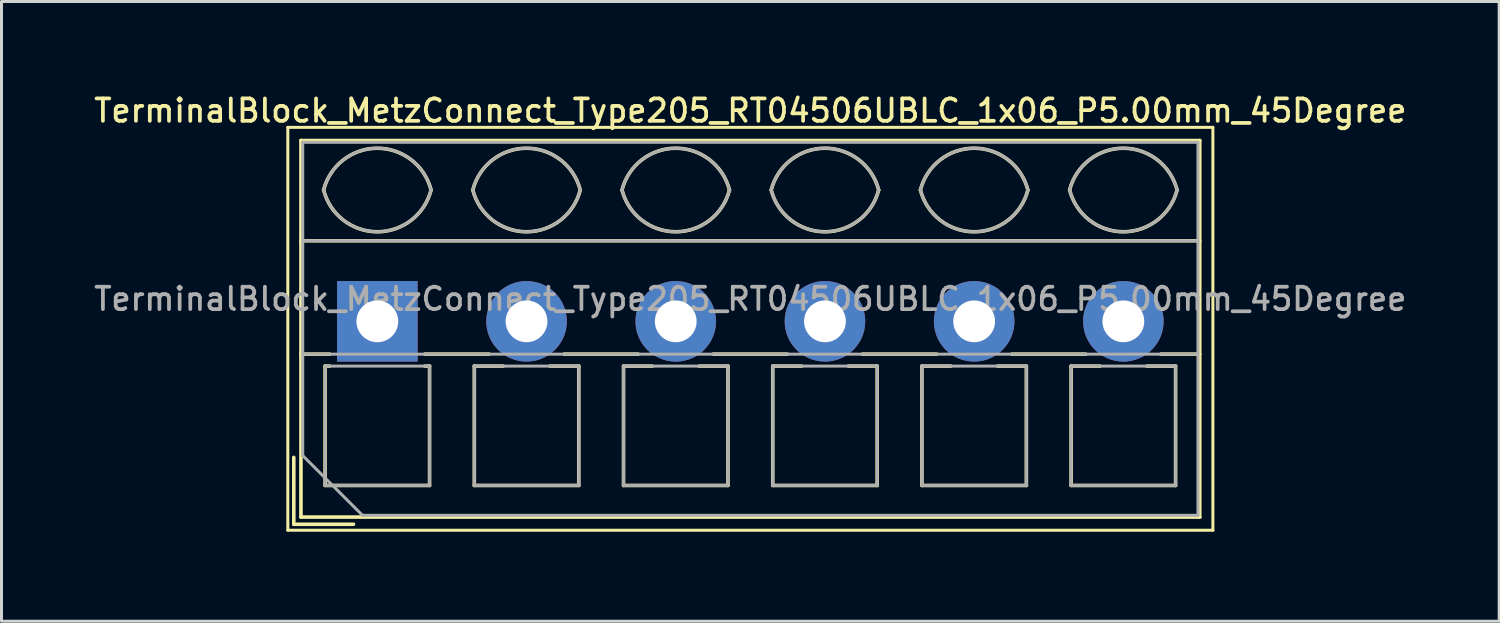
<source format=kicad_pcb>
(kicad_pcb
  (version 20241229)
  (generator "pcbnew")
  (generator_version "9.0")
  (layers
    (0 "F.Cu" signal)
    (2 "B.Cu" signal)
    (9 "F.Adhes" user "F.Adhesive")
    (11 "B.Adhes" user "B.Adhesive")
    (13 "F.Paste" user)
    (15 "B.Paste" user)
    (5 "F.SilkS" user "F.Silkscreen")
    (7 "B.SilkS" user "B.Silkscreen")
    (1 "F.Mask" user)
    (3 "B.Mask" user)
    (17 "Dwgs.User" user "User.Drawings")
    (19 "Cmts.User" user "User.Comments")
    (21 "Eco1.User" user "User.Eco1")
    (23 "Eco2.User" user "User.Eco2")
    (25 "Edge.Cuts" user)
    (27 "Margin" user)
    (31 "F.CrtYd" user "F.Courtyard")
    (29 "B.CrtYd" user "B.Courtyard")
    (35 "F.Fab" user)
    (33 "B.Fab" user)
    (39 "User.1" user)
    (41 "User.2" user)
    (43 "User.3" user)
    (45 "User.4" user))
  (footprint "TerminalBlock_MetzConnect_Type205_RT04506UBLC_1x06_P5.00mm_45Degree"
    (layer "F.Cu")
    (at 9.595 7.718)
    (property "Reference" "TerminalBlock_MetzConnect_Type205_RT04506UBLC_1x06_P5.00mm_45Degree" (at 12.5 -7.06 0) (layer "F.SilkS") (effects (font (size 0.75 0.75) (thickness 0.125))))
    (attr through_hole)
    (fp_line (start -3 -6.5) (end -3 7) (stroke (width 0.1) (type solid)) (layer "F.SilkS"))
    (fp_line (start -3 7) (end 28 7) (stroke (width 0.1) (type solid)) (layer "F.SilkS"))
    (fp_line (start -2.8 4.56) (end -2.8 6.8) (stroke (width 0.12) (type solid)) (layer "F.SilkS"))
    (fp_line (start -2.8 6.8) (end -0.8 6.8) (stroke (width 0.12) (type solid)) (layer "F.SilkS"))
    (fp_line (start -2.56 -6.06) (end -2.56 6.56) (stroke (width 0.12) (type solid)) (layer "F.SilkS"))
    (fp_line (start -2.56 -6.06) (end 27.56 -6.06) (stroke (width 0.12) (type solid)) (layer "F.SilkS"))
    (fp_line (start -2.56 -2.7) (end 27.56 -2.7) (stroke (width 0.12) (type solid)) (layer "F.SilkS"))
    (fp_line (start -2.56 1.1) (end -1.59 1.1) (stroke (width 0.12) (type solid)) (layer "F.SilkS"))
    (fp_line (start -2.56 6.56) (end 27.56 6.56) (stroke (width 0.12) (type solid)) (layer "F.SilkS"))
    (fp_line (start -1.75 1.5) (end -1.75 5.5) (stroke (width 0.12) (type solid)) (layer "F.SilkS"))
    (fp_line (start -1.75 1.5) (end -1.59 1.5) (stroke (width 0.12) (type solid)) (layer "F.SilkS"))
    (fp_line (start -1.75 5.5) (end 1.75 5.5) (stroke (width 0.12) (type solid)) (layer "F.SilkS"))
    (fp_line (start 1.59 1.1) (end 3.744 1.1) (stroke (width 0.12) (type solid)) (layer "F.SilkS"))
    (fp_line (start 1.59 1.5) (end 1.75 1.5) (stroke (width 0.12) (type solid)) (layer "F.SilkS"))
    (fp_line (start 1.75 1.5) (end 1.75 5.5) (stroke (width 0.12) (type solid)) (layer "F.SilkS"))
    (fp_line (start 3.25 1.5) (end 3.25 5.5) (stroke (width 0.12) (type solid)) (layer "F.SilkS"))
    (fp_line (start 3.25 1.5) (end 4.216 1.5) (stroke (width 0.12) (type solid)) (layer "F.SilkS"))
    (fp_line (start 3.25 5.5) (end 6.75 5.5) (stroke (width 0.12) (type solid)) (layer "F.SilkS"))
    (fp_line (start 5.785 1.5) (end 6.75 1.5) (stroke (width 0.12) (type solid)) (layer "F.SilkS"))
    (fp_line (start 6.257 1.1) (end 8.744 1.1) (stroke (width 0.12) (type solid)) (layer "F.SilkS"))
    (fp_line (start 6.75 1.5) (end 6.75 5.5) (stroke (width 0.12) (type solid)) (layer "F.SilkS"))
    (fp_line (start 8.25 1.5) (end 8.25 5.5) (stroke (width 0.12) (type solid)) (layer "F.SilkS"))
    (fp_line (start 8.25 1.5) (end 9.216 1.5) (stroke (width 0.12) (type solid)) (layer "F.SilkS"))
    (fp_line (start 8.25 5.5) (end 11.75 5.5) (stroke (width 0.12) (type solid)) (layer "F.SilkS"))
    (fp_line (start 10.785 1.5) (end 11.75 1.5) (stroke (width 0.12) (type solid)) (layer "F.SilkS"))
    (fp_line (start 11.257 1.1) (end 13.744 1.1) (stroke (width 0.12) (type solid)) (layer "F.SilkS"))
    (fp_line (start 11.75 1.5) (end 11.75 5.5) (stroke (width 0.12) (type solid)) (layer "F.SilkS"))
    (fp_line (start 13.25 1.5) (end 13.25 5.5) (stroke (width 0.12) (type solid)) (layer "F.SilkS"))
    (fp_line (start 13.25 1.5) (end 14.216 1.5) (stroke (width 0.12) (type solid)) (layer "F.SilkS"))
    (fp_line (start 13.25 5.5) (end 16.75 5.5) (stroke (width 0.12) (type solid)) (layer "F.SilkS"))
    (fp_line (start 15.785 1.5) (end 16.75 1.5) (stroke (width 0.12) (type solid)) (layer "F.SilkS"))
    (fp_line (start 16.257 1.1) (end 18.744 1.1) (stroke (width 0.12) (type solid)) (layer "F.SilkS"))
    (fp_line (start 16.75 1.5) (end 16.75 5.5) (stroke (width 0.12) (type solid)) (layer "F.SilkS"))
    (fp_line (start 18.25 1.5) (end 18.25 5.5) (stroke (width 0.12) (type solid)) (layer "F.SilkS"))
    (fp_line (start 18.25 1.5) (end 19.216 1.5) (stroke (width 0.12) (type solid)) (layer "F.SilkS"))
    (fp_line (start 18.25 5.5) (end 21.75 5.5) (stroke (width 0.12) (type solid)) (layer "F.SilkS"))
    (fp_line (start 20.785 1.5) (end 21.75 1.5) (stroke (width 0.12) (type solid)) (layer "F.SilkS"))
    (fp_line (start 21.257 1.1) (end 23.744 1.1) (stroke (width 0.12) (type solid)) (layer "F.SilkS"))
    (fp_line (start 21.75 1.5) (end 21.75 5.5) (stroke (width 0.12) (type solid)) (layer "F.SilkS"))
    (fp_line (start 23.25 1.5) (end 23.25 5.5) (stroke (width 0.12) (type solid)) (layer "F.SilkS"))
    (fp_line (start 23.25 1.5) (end 24.216 1.5) (stroke (width 0.12) (type solid)) (layer "F.SilkS"))
    (fp_line (start 23.25 5.5) (end 26.75 5.5) (stroke (width 0.12) (type solid)) (layer "F.SilkS"))
    (fp_line (start 25.785 1.5) (end 26.75 1.5) (stroke (width 0.12) (type solid)) (layer "F.SilkS"))
    (fp_line (start 26.257 1.1) (end 27.56 1.1) (stroke (width 0.12) (type solid)) (layer "F.SilkS"))
    (fp_line (start 26.75 1.5) (end 26.75 5.5) (stroke (width 0.12) (type solid)) (layer "F.SilkS"))
    (fp_line (start 27.56 -6.06) (end 27.56 6.56) (stroke (width 0.12) (type solid)) (layer "F.SilkS"))
    (fp_line (start 28 -6.5) (end -3 -6.5) (stroke (width 0.1) (type solid)) (layer "F.SilkS"))
    (fp_line (start 28 7) (end 28 -6.5) (stroke (width 0.1) (type solid)) (layer "F.SilkS"))
    (fp_arc (start -1.800846 -4.400605) (mid 0.000312 -5.801077) (end 1.801 -4.4) (stroke (width 0.12) (type solid)) (layer "F.SilkS"))
    (fp_arc (start 1.8 -4.4) (mid -0.000903 -3.000646) (end -1.800445 -4.401751) (stroke (width 0.12) (type solid)) (layer "F.SilkS"))
    (fp_arc (start 3.199154 -4.400605) (mid 5.000312 -5.801077) (end 6.801 -4.4) (stroke (width 0.12) (type solid)) (layer "F.SilkS"))
    (fp_arc (start 6.8 -4.4) (mid 4.999097 -3.000646) (end 3.199555 -4.401751) (stroke (width 0.12) (type solid)) (layer "F.SilkS"))
    (fp_arc (start 8.199154 -4.400605) (mid 10.000312 -5.801077) (end 11.801 -4.4) (stroke (width 0.12) (type solid)) (layer "F.SilkS"))
    (fp_arc (start 11.8 -4.4) (mid 9.999097 -3.000646) (end 8.199555 -4.401751) (stroke (width 0.12) (type solid)) (layer "F.SilkS"))
    (fp_arc (start 13.199154 -4.400605) (mid 15.000312 -5.801077) (end 16.801 -4.4) (stroke (width 0.12) (type solid)) (layer "F.SilkS"))
    (fp_arc (start 16.8 -4.4) (mid 14.999097 -3.000646) (end 13.199555 -4.401751) (stroke (width 0.12) (type solid)) (layer "F.SilkS"))
    (fp_arc (start 18.199154 -4.400605) (mid 20.000312 -5.801077) (end 21.801 -4.4) (stroke (width 0.12) (type solid)) (layer "F.SilkS"))
    (fp_arc (start 21.8 -4.4) (mid 19.999097 -3.000646) (end 18.199555 -4.401751) (stroke (width 0.12) (type solid)) (layer "F.SilkS"))
    (fp_arc (start 23.199154 -4.400605) (mid 25.000312 -5.801077) (end 26.801 -4.4) (stroke (width 0.12) (type solid)) (layer "F.SilkS"))
    (fp_arc (start 26.8 -4.4) (mid 24.999097 -3.000646) (end 23.199555 -4.401751) (stroke (width 0.12) (type solid)) (layer "F.SilkS"))
    (fp_line (start -2.5 -6) (end 27.5 -6) (stroke (width 0.1) (type solid)) (layer "F.Fab"))
    (fp_line (start -2.5 -2.7) (end 27.5 -2.7) (stroke (width 0.1) (type solid)) (layer "F.Fab"))
    (fp_line (start -2.5 1.1) (end 27.5 1.1) (stroke (width 0.1) (type solid)) (layer "F.Fab"))
    (fp_line (start -2.5 4.5) (end -2.5 -6) (stroke (width 0.1) (type solid)) (layer "F.Fab"))
    (fp_line (start -1.75 1.5) (end -1.75 5.5) (stroke (width 0.1) (type solid)) (layer "F.Fab"))
    (fp_line (start -1.75 5.5) (end 1.75 5.5) (stroke (width 0.1) (type solid)) (layer "F.Fab"))
    (fp_line (start -0.5 6.5) (end -2.5 4.5) (stroke (width 0.1) (type solid)) (layer "F.Fab"))
    (fp_line (start 1.75 1.5) (end -1.75 1.5) (stroke (width 0.1) (type solid)) (layer "F.Fab"))
    (fp_line (start 1.75 5.5) (end 1.75 1.5) (stroke (width 0.1) (type solid)) (layer "F.Fab"))
    (fp_line (start 3.25 1.5) (end 3.25 5.5) (stroke (width 0.1) (type solid)) (layer "F.Fab"))
    (fp_line (start 3.25 5.5) (end 6.75 5.5) (stroke (width 0.1) (type solid)) (layer "F.Fab"))
    (fp_line (start 6.75 1.5) (end 3.25 1.5) (stroke (width 0.1) (type solid)) (layer "F.Fab"))
    (fp_line (start 6.75 5.5) (end 6.75 1.5) (stroke (width 0.1) (type solid)) (layer "F.Fab"))
    (fp_line (start 8.25 1.5) (end 8.25 5.5) (stroke (width 0.1) (type solid)) (layer "F.Fab"))
    (fp_line (start 8.25 5.5) (end 11.75 5.5) (stroke (width 0.1) (type solid)) (layer "F.Fab"))
    (fp_line (start 11.75 1.5) (end 8.25 1.5) (stroke (width 0.1) (type solid)) (layer "F.Fab"))
    (fp_line (start 11.75 5.5) (end 11.75 1.5) (stroke (width 0.1) (type solid)) (layer "F.Fab"))
    (fp_line (start 13.25 1.5) (end 13.25 5.5) (stroke (width 0.1) (type solid)) (layer "F.Fab"))
    (fp_line (start 13.25 5.5) (end 16.75 5.5) (stroke (width 0.1) (type solid)) (layer "F.Fab"))
    (fp_line (start 16.75 1.5) (end 13.25 1.5) (stroke (width 0.1) (type solid)) (layer "F.Fab"))
    (fp_line (start 16.75 5.5) (end 16.75 1.5) (stroke (width 0.1) (type solid)) (layer "F.Fab"))
    (fp_line (start 18.25 1.5) (end 18.25 5.5) (stroke (width 0.1) (type solid)) (layer "F.Fab"))
    (fp_line (start 18.25 5.5) (end 21.75 5.5) (stroke (width 0.1) (type solid)) (layer "F.Fab"))
    (fp_line (start 21.75 1.5) (end 18.25 1.5) (stroke (width 0.1) (type solid)) (layer "F.Fab"))
    (fp_line (start 21.75 5.5) (end 21.75 1.5) (stroke (width 0.1) (type solid)) (layer "F.Fab"))
    (fp_line (start 23.25 1.5) (end 23.25 5.5) (stroke (width 0.1) (type solid)) (layer "F.Fab"))
    (fp_line (start 23.25 5.5) (end 26.75 5.5) (stroke (width 0.1) (type solid)) (layer "F.Fab"))
    (fp_line (start 26.75 1.5) (end 23.25 1.5) (stroke (width 0.1) (type solid)) (layer "F.Fab"))
    (fp_line (start 26.75 5.5) (end 26.75 1.5) (stroke (width 0.1) (type solid)) (layer "F.Fab"))
    (fp_line (start 27.5 -6) (end 27.5 6.5) (stroke (width 0.1) (type solid)) (layer "F.Fab"))
    (fp_line (start 27.5 6.5) (end -0.5 6.5) (stroke (width 0.1) (type solid)) (layer "F.Fab"))
    (fp_arc (start -1.800846 -4.400605) (mid 0.000312 -5.801077) (end 1.801 -4.4) (stroke (width 0.1) (type solid)) (layer "F.Fab"))
    (fp_arc (start 1.8 -4.4) (mid -0.000903 -3.000646) (end -1.800445 -4.401751) (stroke (width 0.1) (type solid)) (layer "F.Fab"))
    (fp_arc (start 3.199154 -4.400605) (mid 5.000312 -5.801077) (end 6.801 -4.4) (stroke (width 0.1) (type solid)) (layer "F.Fab"))
    (fp_arc (start 6.8 -4.4) (mid 4.999097 -3.000646) (end 3.199555 -4.401751) (stroke (width 0.1) (type solid)) (layer "F.Fab"))
    (fp_arc (start 8.199154 -4.400605) (mid 10.000312 -5.801077) (end 11.801 -4.4) (stroke (width 0.1) (type solid)) (layer "F.Fab"))
    (fp_arc (start 11.8 -4.4) (mid 9.999097 -3.000646) (end 8.199555 -4.401751) (stroke (width 0.1) (type solid)) (layer "F.Fab"))
    (fp_arc (start 13.199154 -4.400605) (mid 15.000312 -5.801077) (end 16.801 -4.4) (stroke (width 0.1) (type solid)) (layer "F.Fab"))
    (fp_arc (start 16.8 -4.4) (mid 14.999097 -3.000646) (end 13.199555 -4.401751) (stroke (width 0.1) (type solid)) (layer "F.Fab"))
    (fp_arc (start 18.199154 -4.400605) (mid 20.000312 -5.801077) (end 21.801 -4.4) (stroke (width 0.1) (type solid)) (layer "F.Fab"))
    (fp_arc (start 21.8 -4.4) (mid 19.999097 -3.000646) (end 18.199555 -4.401751) (stroke (width 0.1) (type solid)) (layer "F.Fab"))
    (fp_arc (start 23.199154 -4.400605) (mid 25.000312 -5.801077) (end 26.801 -4.4) (stroke (width 0.1) (type solid)) (layer "F.Fab"))
    (fp_arc (start 26.8 -4.4) (mid 24.999097 -3.000646) (end 23.199555 -4.401751) (stroke (width 0.1) (type solid)) (layer "F.Fab"))
    (fp_text user "${REFERENCE}" (at 12.5 -0.75 0) (layer "F.Fab") (effects (font (size 0.75 0.75) (thickness 0.125))))
    (pad "1" thru_hole rect (at 0 0) (size 2.7 2.7) (drill 1.4) (layers "*.Cu" "*.Mask"))
    (pad "2" thru_hole circle (at 5 0) (size 2.7 2.7) (drill 1.4) (layers "*.Cu" "*.Mask"))
    (pad "3" thru_hole circle (at 10 0) (size 2.7 2.7) (drill 1.4) (layers "*.Cu" "*.Mask"))
    (pad "4" thru_hole circle (at 15 0) (size 2.7 2.7) (drill 1.4) (layers "*.Cu" "*.Mask"))
    (pad "5" thru_hole circle (at 20 0) (size 2.7 2.7) (drill 1.4) (layers "*.Cu" "*.Mask"))
    (pad "6" thru_hole circle (at 25 0) (size 2.7 2.7) (drill 1.4) (layers "*.Cu" "*.Mask")))
  (gr_rect
    (start -3 -3)
    (end 47.189 17.768)
    (stroke (width 0.1) (type default))
    (fill no)
    (layer "Edge.Cuts")))
</source>
